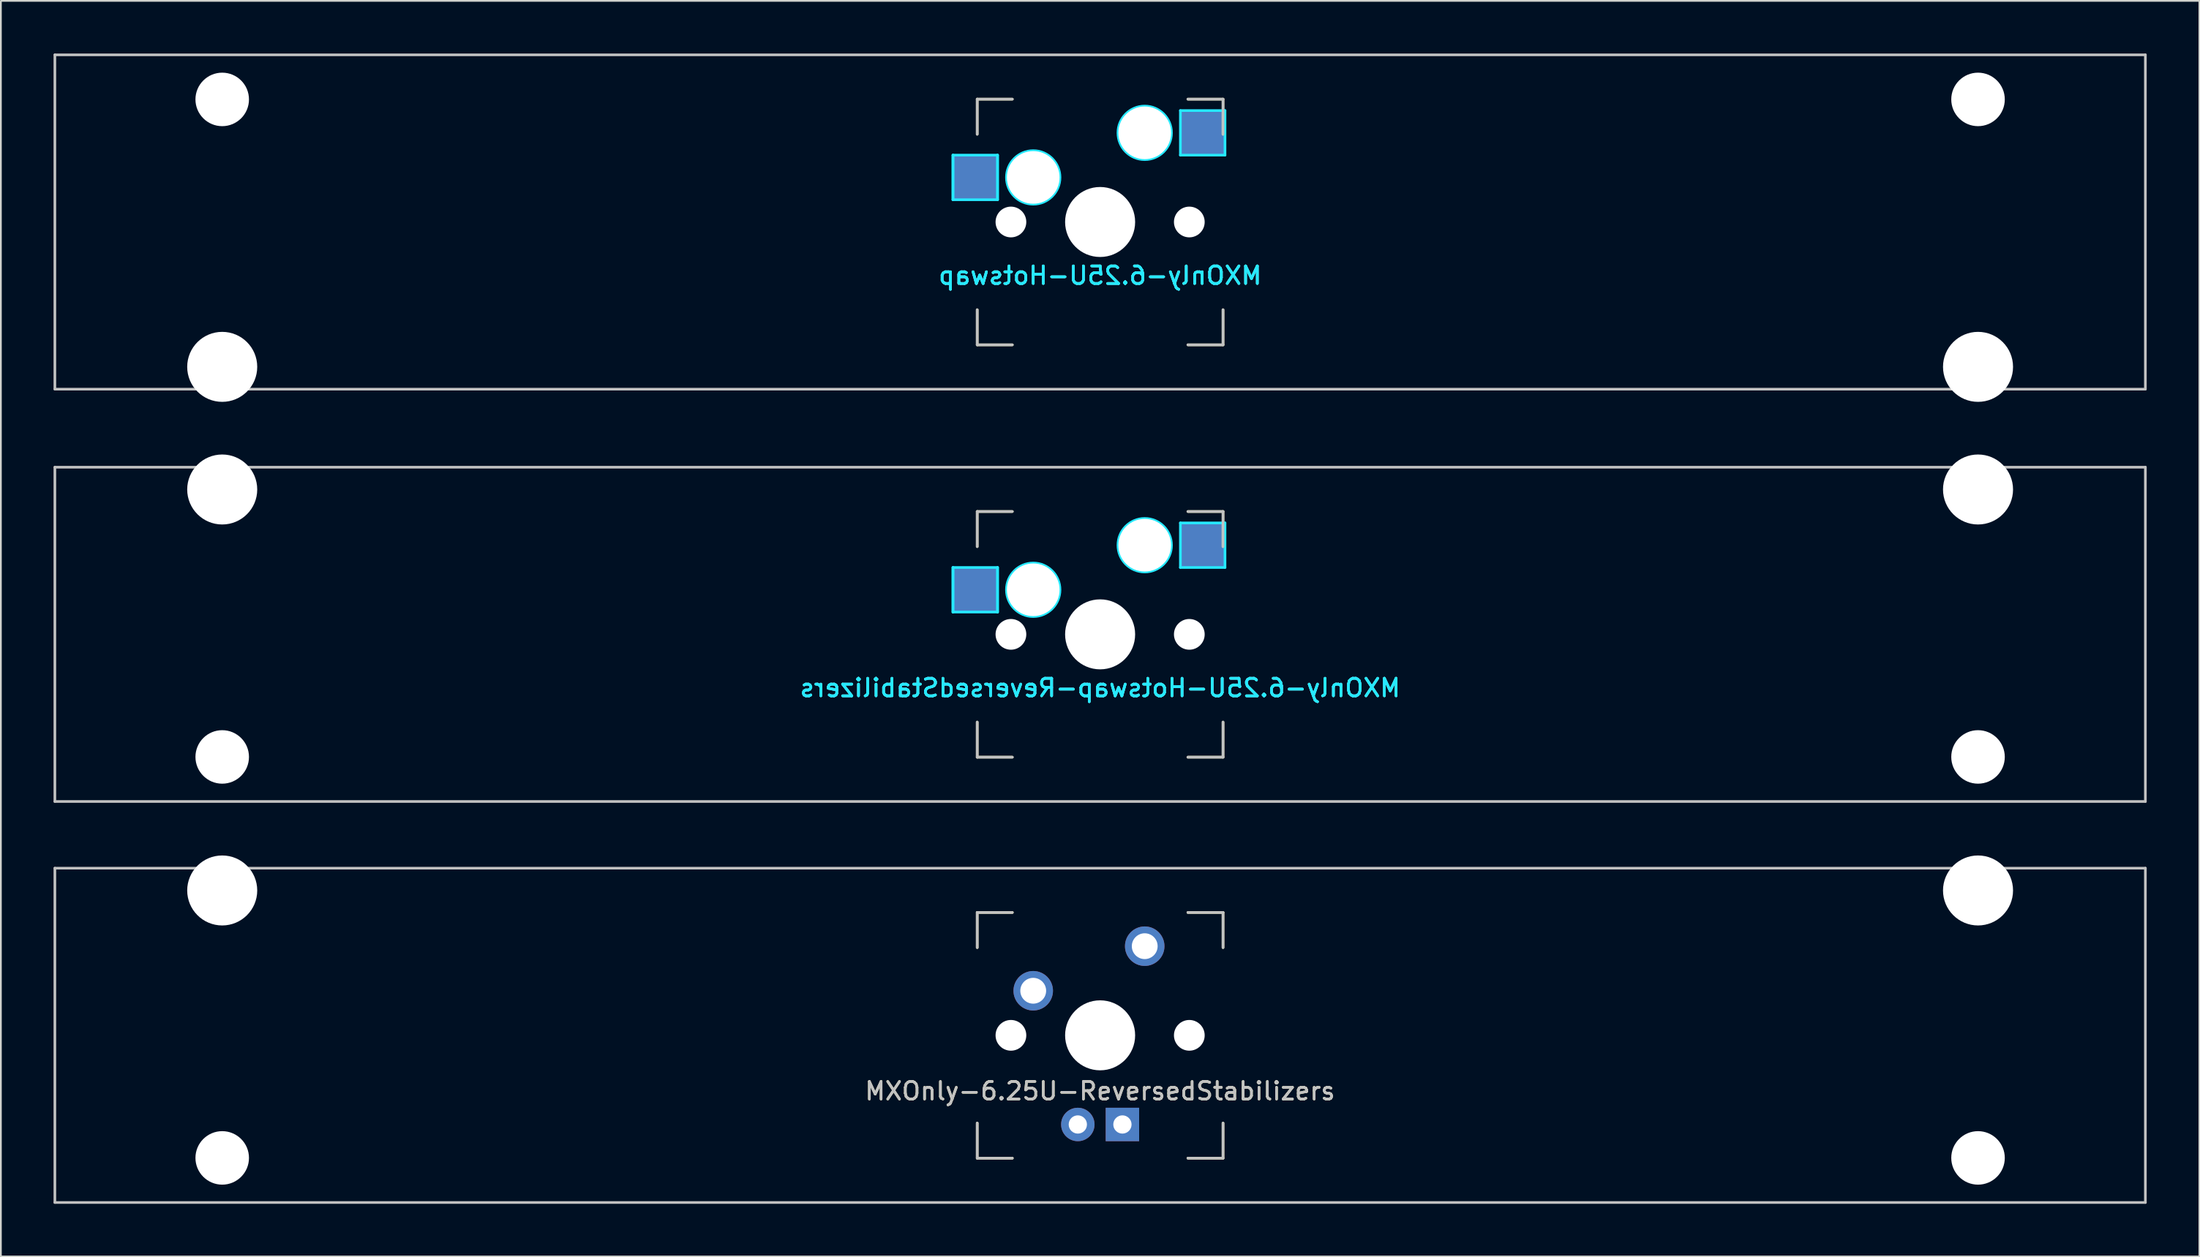
<source format=kicad_pcb>
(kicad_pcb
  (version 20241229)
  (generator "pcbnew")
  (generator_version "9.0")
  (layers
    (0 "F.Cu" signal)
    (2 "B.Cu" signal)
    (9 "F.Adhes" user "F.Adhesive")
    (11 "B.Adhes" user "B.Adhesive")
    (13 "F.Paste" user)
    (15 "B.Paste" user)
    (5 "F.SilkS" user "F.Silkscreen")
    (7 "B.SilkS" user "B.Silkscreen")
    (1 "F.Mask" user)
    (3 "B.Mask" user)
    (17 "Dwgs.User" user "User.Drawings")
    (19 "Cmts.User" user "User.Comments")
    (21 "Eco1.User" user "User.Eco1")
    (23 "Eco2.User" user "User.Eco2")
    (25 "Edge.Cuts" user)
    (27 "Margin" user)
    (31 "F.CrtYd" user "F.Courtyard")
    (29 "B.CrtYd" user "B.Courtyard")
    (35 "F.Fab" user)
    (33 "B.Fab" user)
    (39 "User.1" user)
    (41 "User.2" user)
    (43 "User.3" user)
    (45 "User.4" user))
  (footprint "MXOnly-6.25U-Hotswap-ReversedStabilizers"
    (layer "F.Cu")
    (at 59.606 33.098)
    (property "Reference" "MXOnly-6.25U-Hotswap-ReversedStabilizers" (at 0 3.048 0) (layer "B.CrtYd") (effects (font (size 1 1) (thickness 0.15)) (justify mirror)))
    (attr smd)
    (fp_line (start -7 -7) (end -7 -5) (stroke (width 0.15) (type solid)) (layer "F.SilkS"))
    (fp_line (start -7 5) (end -7 7) (stroke (width 0.15) (type solid)) (layer "F.SilkS"))
    (fp_line (start -7 7) (end -5 7) (stroke (width 0.15) (type solid)) (layer "F.SilkS"))
    (fp_line (start -5 -7) (end -7 -7) (stroke (width 0.15) (type solid)) (layer "F.SilkS"))
    (fp_line (start 5 -7) (end 7 -7) (stroke (width 0.15) (type solid)) (layer "F.SilkS"))
    (fp_line (start 5 7) (end 7 7) (stroke (width 0.15) (type solid)) (layer "F.SilkS"))
    (fp_line (start 7 -7) (end 7 -5) (stroke (width 0.15) (type solid)) (layer "F.SilkS"))
    (fp_line (start 7 7) (end 7 5) (stroke (width 0.15) (type solid)) (layer "F.SilkS"))
    (fp_line (start -59.531 -9.525) (end 59.531 -9.525) (stroke (width 0.15) (type solid)) (layer "Dwgs.User"))
    (fp_line (start -59.531 9.525) (end -59.531 -9.525) (stroke (width 0.15) (type solid)) (layer "Dwgs.User"))
    (fp_line (start -7 -7) (end -7 -5) (stroke (width 0.15) (type solid)) (layer "Dwgs.User"))
    (fp_line (start -7 5) (end -7 7) (stroke (width 0.15) (type solid)) (layer "Dwgs.User"))
    (fp_line (start -7 7) (end -5 7) (stroke (width 0.15) (type solid)) (layer "Dwgs.User"))
    (fp_line (start -5 -7) (end -7 -7) (stroke (width 0.15) (type solid)) (layer "Dwgs.User"))
    (fp_line (start 5 -7) (end 7 -7) (stroke (width 0.15) (type solid)) (layer "Dwgs.User"))
    (fp_line (start 5 7) (end 7 7) (stroke (width 0.15) (type solid)) (layer "Dwgs.User"))
    (fp_line (start 7 -7) (end 7 -5) (stroke (width 0.15) (type solid)) (layer "Dwgs.User"))
    (fp_line (start 7 7) (end 7 5) (stroke (width 0.15) (type solid)) (layer "Dwgs.User"))
    (fp_line (start 59.531 -9.525) (end 59.531 9.525) (stroke (width 0.15) (type solid)) (layer "Dwgs.User"))
    (fp_line (start 59.531 9.525) (end -59.531 9.525) (stroke (width 0.15) (type solid)) (layer "Dwgs.User"))
    (fp_line (start -8.382 -3.81) (end -5.842 -3.81) (stroke (width 0.15) (type solid)) (layer "B.CrtYd"))
    (fp_line (start -8.382 -1.27) (end -8.382 -3.81) (stroke (width 0.15) (type solid)) (layer "B.CrtYd"))
    (fp_line (start -8.382 -1.27) (end -8.382 -3.81) (stroke (width 0.15) (type solid)) (layer "B.CrtYd"))
    (fp_line (start -5.842 -3.81) (end -5.842 -1.27) (stroke (width 0.15) (type solid)) (layer "B.CrtYd"))
    (fp_line (start -5.842 -3.81) (end -5.842 -1.27) (stroke (width 0.15) (type solid)) (layer "B.CrtYd"))
    (fp_line (start -5.842 -1.27) (end -8.382 -1.27) (stroke (width 0.15) (type solid)) (layer "B.CrtYd"))
    (fp_line (start 4.572 -6.35) (end 7.112 -6.35) (stroke (width 0.15) (type solid)) (layer "B.CrtYd"))
    (fp_line (start 4.572 -3.81) (end 4.572 -6.35) (stroke (width 0.15) (type solid)) (layer "B.CrtYd"))
    (fp_line (start 7.112 -6.35) (end 7.112 -3.81) (stroke (width 0.15) (type solid)) (layer "B.CrtYd"))
    (fp_line (start 7.112 -3.81) (end 4.572 -3.81) (stroke (width 0.15) (type solid)) (layer "B.CrtYd"))
    (fp_circle (center -3.81 -2.54) (end -3.81 -4.064) (stroke (width 0.15) (type solid)) (fill no) (layer "B.CrtYd"))
    (fp_circle (center 2.54 -5.08) (end 2.54 -6.604) (stroke (width 0.15) (type solid)) (fill no) (layer "B.CrtYd"))
    (fp_text user "${REFERENCE}" (at 0 3.048 0) (layer "B.SilkS") (effects (font (size 1 1) (thickness 0.15)) (justify mirror)))
    (fp_text user "${REFERENCE}" (at 0 3.048 0) (layer "B.CrtYd") (effects (font (size 1 1) (thickness 0.15)) (justify mirror)))
    (pad "" np_thru_hole circle (at -50 -8.255) (size 3.988 3.988) (drill 3.988) (layers "*.Cu" "*.Mask"))
    (pad "" np_thru_hole circle (at -50 6.985) (size 3.048 3.048) (drill 3.048) (layers "*.Cu" "*.Mask"))
    (pad "" np_thru_hole circle (at -5.08 0 48.1) (size 1.75 1.75) (drill 1.75) (layers "*.Cu" "*.Mask"))
    (pad "" np_thru_hole circle (at -3.81 -2.54) (size 3 3) (drill 3) (layers "*.Cu" "*.Mask"))
    (pad "" np_thru_hole circle (at 0 0) (size 3.988 3.988) (drill 3.988) (layers "*.Cu" "*.Mask"))
    (pad "" np_thru_hole circle (at 2.54 -5.08) (size 3 3) (drill 3) (layers "*.Cu" "*.Mask"))
    (pad "" np_thru_hole circle (at 5.08 0 48.1) (size 1.75 1.75) (drill 1.75) (layers "*.Cu" "*.Mask"))
    (pad "" np_thru_hole circle (at 50 -8.255) (size 3.988 3.988) (drill 3.988) (layers "*.Cu" "*.Mask"))
    (pad "" np_thru_hole circle (at 50 6.985) (size 3.048 3.048) (drill 3.048) (layers "*.Cu" "*.Mask"))
    (pad "1" smd rect (at -7.085 -2.54) (size 2.55 2.5) (layers "B.Cu" "B.Mask" "B.Paste"))
    (pad "2" smd rect (at 5.842 -5.08) (size 2.55 2.5) (layers "B.Cu" "B.Mask" "B.Paste")))
  (footprint "MXOnly-6.25U-Hotswap"
    (layer "F.Cu")
    (at 59.606 9.6)
    (property "Reference" "MXOnly-6.25U-Hotswap" (at 0 3.048 0) (layer "B.CrtYd") (effects (font (size 1 1) (thickness 0.15)) (justify mirror)))
    (attr smd)
    (fp_line (start -7 -7) (end -7 -5) (stroke (width 0.15) (type solid)) (layer "F.SilkS"))
    (fp_line (start -7 5) (end -7 7) (stroke (width 0.15) (type solid)) (layer "F.SilkS"))
    (fp_line (start -7 7) (end -5 7) (stroke (width 0.15) (type solid)) (layer "F.SilkS"))
    (fp_line (start -5 -7) (end -7 -7) (stroke (width 0.15) (type solid)) (layer "F.SilkS"))
    (fp_line (start 5 -7) (end 7 -7) (stroke (width 0.15) (type solid)) (layer "F.SilkS"))
    (fp_line (start 5 7) (end 7 7) (stroke (width 0.15) (type solid)) (layer "F.SilkS"))
    (fp_line (start 7 -7) (end 7 -5) (stroke (width 0.15) (type solid)) (layer "F.SilkS"))
    (fp_line (start 7 7) (end 7 5) (stroke (width 0.15) (type solid)) (layer "F.SilkS"))
    (fp_line (start -59.531 -9.525) (end 59.531 -9.525) (stroke (width 0.15) (type solid)) (layer "Dwgs.User"))
    (fp_line (start -59.531 9.525) (end -59.531 -9.525) (stroke (width 0.15) (type solid)) (layer "Dwgs.User"))
    (fp_line (start -7 -7) (end -7 -5) (stroke (width 0.15) (type solid)) (layer "Dwgs.User"))
    (fp_line (start -7 5) (end -7 7) (stroke (width 0.15) (type solid)) (layer "Dwgs.User"))
    (fp_line (start -7 7) (end -5 7) (stroke (width 0.15) (type solid)) (layer "Dwgs.User"))
    (fp_line (start -5 -7) (end -7 -7) (stroke (width 0.15) (type solid)) (layer "Dwgs.User"))
    (fp_line (start 5 -7) (end 7 -7) (stroke (width 0.15) (type solid)) (layer "Dwgs.User"))
    (fp_line (start 5 7) (end 7 7) (stroke (width 0.15) (type solid)) (layer "Dwgs.User"))
    (fp_line (start 7 -7) (end 7 -5) (stroke (width 0.15) (type solid)) (layer "Dwgs.User"))
    (fp_line (start 7 7) (end 7 5) (stroke (width 0.15) (type solid)) (layer "Dwgs.User"))
    (fp_line (start 59.531 -9.525) (end 59.531 9.525) (stroke (width 0.15) (type solid)) (layer "Dwgs.User"))
    (fp_line (start 59.531 9.525) (end -59.531 9.525) (stroke (width 0.15) (type solid)) (layer "Dwgs.User"))
    (fp_line (start -8.382 -3.81) (end -5.842 -3.81) (stroke (width 0.15) (type solid)) (layer "B.CrtYd"))
    (fp_line (start -8.382 -1.27) (end -8.382 -3.81) (stroke (width 0.15) (type solid)) (layer "B.CrtYd"))
    (fp_line (start -8.382 -1.27) (end -8.382 -3.81) (stroke (width 0.15) (type solid)) (layer "B.CrtYd"))
    (fp_line (start -5.842 -3.81) (end -5.842 -1.27) (stroke (width 0.15) (type solid)) (layer "B.CrtYd"))
    (fp_line (start -5.842 -3.81) (end -5.842 -1.27) (stroke (width 0.15) (type solid)) (layer "B.CrtYd"))
    (fp_line (start -5.842 -1.27) (end -8.382 -1.27) (stroke (width 0.15) (type solid)) (layer "B.CrtYd"))
    (fp_line (start 4.572 -6.35) (end 7.112 -6.35) (stroke (width 0.15) (type solid)) (layer "B.CrtYd"))
    (fp_line (start 4.572 -3.81) (end 4.572 -6.35) (stroke (width 0.15) (type solid)) (layer "B.CrtYd"))
    (fp_line (start 7.112 -6.35) (end 7.112 -3.81) (stroke (width 0.15) (type solid)) (layer "B.CrtYd"))
    (fp_line (start 7.112 -3.81) (end 4.572 -3.81) (stroke (width 0.15) (type solid)) (layer "B.CrtYd"))
    (fp_circle (center -3.81 -2.54) (end -3.81 -4.064) (stroke (width 0.15) (type solid)) (fill no) (layer "B.CrtYd"))
    (fp_circle (center 2.54 -5.08) (end 2.54 -6.604) (stroke (width 0.15) (type solid)) (fill no) (layer "B.CrtYd"))
    (fp_text user "${REFERENCE}" (at 0 3.048 0) (layer "B.SilkS") (effects (font (size 1 1) (thickness 0.15)) (justify mirror)))
    (fp_text user "${REFERENCE}" (at 0 3.048 0) (layer "B.CrtYd") (effects (font (size 1 1) (thickness 0.15)) (justify mirror)))
    (pad "" np_thru_hole circle (at -50 -6.985) (size 3.048 3.048) (drill 3.048) (layers "*.Cu" "*.Mask"))
    (pad "" np_thru_hole circle (at -50 8.255) (size 3.988 3.988) (drill 3.988) (layers "*.Cu" "*.Mask"))
    (pad "" np_thru_hole circle (at -5.08 0 48.1) (size 1.75 1.75) (drill 1.75) (layers "*.Cu" "*.Mask"))
    (pad "" np_thru_hole circle (at -3.81 -2.54) (size 3 3) (drill 3) (layers "*.Cu" "*.Mask"))
    (pad "" np_thru_hole circle (at 0 0) (size 3.988 3.988) (drill 3.988) (layers "*.Cu" "*.Mask"))
    (pad "" np_thru_hole circle (at 2.54 -5.08) (size 3 3) (drill 3) (layers "*.Cu" "*.Mask"))
    (pad "" np_thru_hole circle (at 5.08 0 48.1) (size 1.75 1.75) (drill 1.75) (layers "*.Cu" "*.Mask"))
    (pad "" np_thru_hole circle (at 50 -6.985) (size 3.048 3.048) (drill 3.048) (layers "*.Cu" "*.Mask"))
    (pad "" np_thru_hole circle (at 50 8.255) (size 3.988 3.988) (drill 3.988) (layers "*.Cu" "*.Mask"))
    (pad "1" smd rect (at -7.085 -2.54) (size 2.55 2.5) (layers "B.Cu" "B.Mask" "B.Paste"))
    (pad "2" smd rect (at 5.842 -5.08) (size 2.55 2.5) (layers "B.Cu" "B.Mask" "B.Paste")))
  (footprint "MXOnly-6.25U-ReversedStabilizers"
    (layer "F.Cu")
    (at 59.606 55.947)
    (property "Reference" "MXOnly-6.25U-ReversedStabilizers" (at 0 3.175 0) (layer "Dwgs.User") (effects (font (size 1 1) (thickness 0.15))))
    (attr through_hole)
    (fp_line (start -7 -7) (end -7 -5) (stroke (width 0.15) (type solid)) (layer "F.SilkS"))
    (fp_line (start -7 5) (end -7 7) (stroke (width 0.15) (type solid)) (layer "F.SilkS"))
    (fp_line (start -7 7) (end -5 7) (stroke (width 0.15) (type solid)) (layer "F.SilkS"))
    (fp_line (start -5 -7) (end -7 -7) (stroke (width 0.15) (type solid)) (layer "F.SilkS"))
    (fp_line (start 5 -7) (end 7 -7) (stroke (width 0.15) (type solid)) (layer "F.SilkS"))
    (fp_line (start 5 7) (end 7 7) (stroke (width 0.15) (type solid)) (layer "F.SilkS"))
    (fp_line (start 7 -7) (end 7 -5) (stroke (width 0.15) (type solid)) (layer "F.SilkS"))
    (fp_line (start 7 7) (end 7 5) (stroke (width 0.15) (type solid)) (layer "F.SilkS"))
    (fp_line (start -59.531 -9.525) (end 59.531 -9.525) (stroke (width 0.15) (type solid)) (layer "Dwgs.User"))
    (fp_line (start -59.531 9.525) (end -59.531 -9.525) (stroke (width 0.15) (type solid)) (layer "Dwgs.User"))
    (fp_line (start -59.531 9.525) (end 59.531 9.525) (stroke (width 0.15) (type solid)) (layer "Dwgs.User"))
    (fp_line (start -7 -7) (end -7 -5) (stroke (width 0.15) (type solid)) (layer "Dwgs.User"))
    (fp_line (start -7 5) (end -7 7) (stroke (width 0.15) (type solid)) (layer "Dwgs.User"))
    (fp_line (start -7 7) (end -5 7) (stroke (width 0.15) (type solid)) (layer "Dwgs.User"))
    (fp_line (start -5 -7) (end -7 -7) (stroke (width 0.15) (type solid)) (layer "Dwgs.User"))
    (fp_line (start 5 -7) (end 7 -7) (stroke (width 0.15) (type solid)) (layer "Dwgs.User"))
    (fp_line (start 5 7) (end 7 7) (stroke (width 0.15) (type solid)) (layer "Dwgs.User"))
    (fp_line (start 7 -7) (end 7 -5) (stroke (width 0.15) (type solid)) (layer "Dwgs.User"))
    (fp_line (start 7 7) (end 7 5) (stroke (width 0.15) (type solid)) (layer "Dwgs.User"))
    (fp_line (start 59.531 -9.525) (end 59.531 9.525) (stroke (width 0.15) (type solid)) (layer "Dwgs.User"))
    (fp_text user "${REFERENCE}" (at 0 3.175 0) (layer "F.SilkS") (effects (font (size 1 1) (thickness 0.15))))
    (pad "" np_thru_hole circle (at -50 -8.255) (size 3.988 3.988) (drill 3.988) (layers "*.Cu" "*.Mask"))
    (pad "" np_thru_hole circle (at -50 6.985) (size 3.048 3.048) (drill 3.048) (layers "*.Cu" "*.Mask"))
    (pad "" np_thru_hole circle (at -5.08 0 48.1) (size 1.75 1.75) (drill 1.75) (layers "*.Cu" "*.Mask"))
    (pad "" np_thru_hole circle (at 0 0) (size 3.988 3.988) (drill 3.988) (layers "*.Cu" "*.Mask"))
    (pad "" np_thru_hole circle (at 5.08 0 48.1) (size 1.75 1.75) (drill 1.75) (layers "*.Cu" "*.Mask"))
    (pad "" np_thru_hole circle (at 50 -8.255) (size 3.988 3.988) (drill 3.988) (layers "*.Cu" "*.Mask"))
    (pad "" np_thru_hole circle (at 50 6.985) (size 3.048 3.048) (drill 3.048) (layers "*.Cu" "*.Mask"))
    (pad "1" thru_hole circle (at -3.81 -2.54) (size 2.25 2.25) (drill 1.47) (layers "*.Cu" "B.Mask"))
    (pad "2" thru_hole circle (at 2.54 -5.08) (size 2.25 2.25) (drill 1.47) (layers "*.Cu" "B.Mask"))
    (pad "3" thru_hole circle (at -1.27 5.08) (size 1.905 1.905) (drill 1.04) (layers "*.Cu" "B.Mask"))
    (pad "4" thru_hole rect (at 1.27 5.08) (size 1.905 1.905) (drill 1.04) (layers "*.Cu" "B.Mask")))
  (gr_rect
    (start -3 -3)
    (end 122.213 68.547)
    (stroke (width 0.1) (type default))
    (fill no)
    (layer "Edge.Cuts")))
</source>
